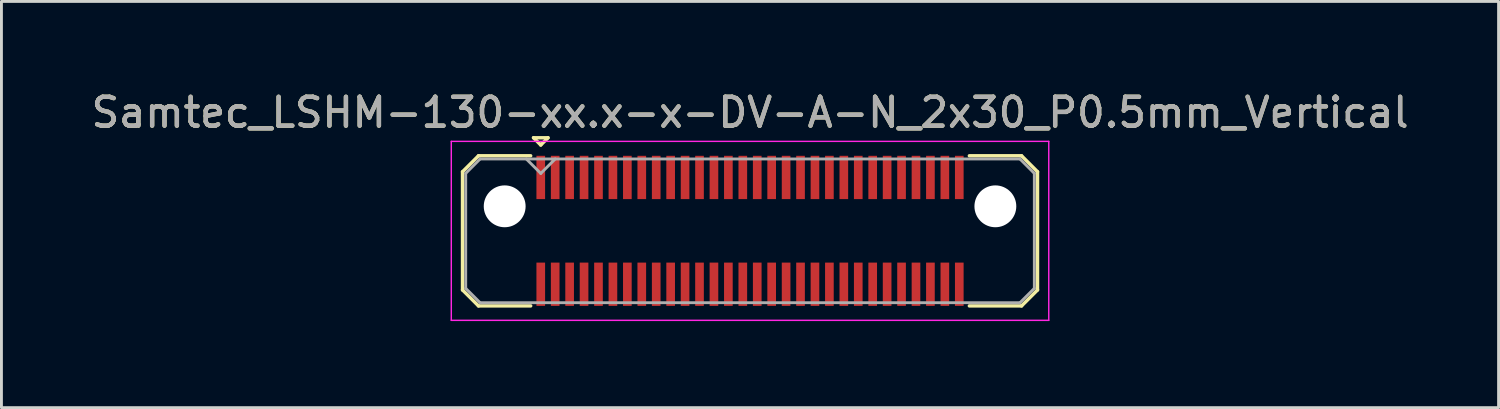
<source format=kicad_pcb>
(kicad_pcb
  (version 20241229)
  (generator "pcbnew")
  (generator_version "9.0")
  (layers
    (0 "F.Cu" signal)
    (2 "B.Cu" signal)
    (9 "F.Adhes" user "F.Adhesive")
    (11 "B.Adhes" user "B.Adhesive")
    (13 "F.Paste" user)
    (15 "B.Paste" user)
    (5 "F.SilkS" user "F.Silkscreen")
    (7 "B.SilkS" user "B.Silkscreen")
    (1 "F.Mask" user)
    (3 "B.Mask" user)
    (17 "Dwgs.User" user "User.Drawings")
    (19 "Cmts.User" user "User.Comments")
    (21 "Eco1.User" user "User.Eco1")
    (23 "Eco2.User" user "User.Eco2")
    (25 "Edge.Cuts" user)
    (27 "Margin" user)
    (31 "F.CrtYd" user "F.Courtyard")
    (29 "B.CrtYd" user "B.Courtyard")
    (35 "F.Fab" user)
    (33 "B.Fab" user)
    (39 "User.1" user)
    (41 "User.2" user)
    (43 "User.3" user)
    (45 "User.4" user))
  (footprint "Samtec_LSHM-130-xx.x-x-DV-A-N_2x30_P0.5mm_Vertical"
    (layer "F.Cu")
    (at 22.935 4.948)
    (property "Reference" "Samtec_LSHM-130-xx.x-x-DV-A-N_2x30_P0.5mm_Vertical" (at 0 -4.1 0) (layer "F.SilkS") (effects (font (size 1 1) (thickness 0.15))))
    (attr smd)
    (fp_line (start -9.96 -2.047) (end -9.96 2.047) (stroke (width 0.12) (type solid)) (layer "F.SilkS"))
    (fp_line (start -9.96 2.047) (end -9.407 2.6) (stroke (width 0.12) (type solid)) (layer "F.SilkS"))
    (fp_line (start -9.407 -2.6) (end -9.96 -2.047) (stroke (width 0.12) (type solid)) (layer "F.SilkS"))
    (fp_line (start -9.407 2.6) (end -7.6 2.6) (stroke (width 0.12) (type solid)) (layer "F.SilkS"))
    (fp_line (start -7.6 -2.6) (end -9.407 -2.6) (stroke (width 0.12) (type solid)) (layer "F.SilkS"))
    (fp_line (start -7.5 -3.225) (end -7 -3.225) (stroke (width 0.12) (type solid)) (layer "F.SilkS"))
    (fp_line (start -7.25 -2.975) (end -7.5 -3.225) (stroke (width 0.12) (type solid)) (layer "F.SilkS"))
    (fp_line (start -7 -3.225) (end -7.25 -2.975) (stroke (width 0.12) (type solid)) (layer "F.SilkS"))
    (fp_line (start 7.6 -2.6) (end 9.407 -2.6) (stroke (width 0.12) (type solid)) (layer "F.SilkS"))
    (fp_line (start 9.407 -2.6) (end 9.96 -2.047) (stroke (width 0.12) (type solid)) (layer "F.SilkS"))
    (fp_line (start 9.407 2.6) (end 7.6 2.6) (stroke (width 0.12) (type solid)) (layer "F.SilkS"))
    (fp_line (start 9.96 -2.047) (end 9.96 2.047) (stroke (width 0.12) (type solid)) (layer "F.SilkS"))
    (fp_line (start 9.96 2.047) (end 9.407 2.6) (stroke (width 0.12) (type solid)) (layer "F.SilkS"))
    (fp_line (start -10.35 -3.1) (end -10.35 3.1) (stroke (width 0.05) (type solid)) (layer "F.CrtYd"))
    (fp_line (start -10.35 3.1) (end 10.35 3.1) (stroke (width 0.05) (type solid)) (layer "F.CrtYd"))
    (fp_line (start 10.35 -3.1) (end -10.35 -3.1) (stroke (width 0.05) (type solid)) (layer "F.CrtYd"))
    (fp_line (start 10.35 3.1) (end 10.35 -3.1) (stroke (width 0.05) (type solid)) (layer "F.CrtYd"))
    (fp_line (start -9.85 -1.992) (end -9.85 1.992) (stroke (width 0.1) (type solid)) (layer "F.Fab"))
    (fp_line (start -9.85 1.992) (end -9.352 2.49) (stroke (width 0.1) (type solid)) (layer "F.Fab"))
    (fp_line (start -9.352 -2.49) (end -9.85 -1.992) (stroke (width 0.1) (type solid)) (layer "F.Fab"))
    (fp_line (start -9.352 2.49) (end 9.352 2.49) (stroke (width 0.1) (type solid)) (layer "F.Fab"))
    (fp_line (start -7.25 -1.99) (end -7.75 -2.49) (stroke (width 0.1) (type solid)) (layer "F.Fab"))
    (fp_line (start -6.75 -2.49) (end -7.25 -1.99) (stroke (width 0.1) (type solid)) (layer "F.Fab"))
    (fp_line (start 9.352 -2.49) (end -9.352 -2.49) (stroke (width 0.1) (type solid)) (layer "F.Fab"))
    (fp_line (start 9.352 2.49) (end 9.85 1.992) (stroke (width 0.1) (type solid)) (layer "F.Fab"))
    (fp_line (start 9.85 -1.992) (end 9.352 -2.49) (stroke (width 0.1) (type solid)) (layer "F.Fab"))
    (fp_line (start 9.85 1.992) (end 9.85 -1.992) (stroke (width 0.1) (type solid)) (layer "F.Fab"))
    (fp_text user "${REFERENCE}" (at 0 -4.1 0) (layer "F.Fab") (effects (font (size 1 1) (thickness 0.15))))
    (pad "" np_thru_hole circle (at -8.5 -0.85) (size 1.45 1.45) (drill 1.45) (layers "*.Cu" "*.Mask"))
    (pad "" np_thru_hole circle (at 8.5 -0.85) (size 1.45 1.45) (drill 1.45) (layers "*.Cu" "*.Mask"))
    (pad "1" smd rect (at -7.25 -1.85) (size 0.3 1.5) (layers "F.Cu" "F.Mask" "F.Paste"))
    (pad "2" smd rect (at -7.25 1.85) (size 0.3 1.5) (layers "F.Cu" "F.Mask" "F.Paste"))
    (pad "3" smd rect (at -6.75 -1.85) (size 0.3 1.5) (layers "F.Cu" "F.Mask" "F.Paste"))
    (pad "4" smd rect (at -6.75 1.85) (size 0.3 1.5) (layers "F.Cu" "F.Mask" "F.Paste"))
    (pad "5" smd rect (at -6.25 -1.85) (size 0.3 1.5) (layers "F.Cu" "F.Mask" "F.Paste"))
    (pad "6" smd rect (at -6.25 1.85) (size 0.3 1.5) (layers "F.Cu" "F.Mask" "F.Paste"))
    (pad "7" smd rect (at -5.75 -1.85) (size 0.3 1.5) (layers "F.Cu" "F.Mask" "F.Paste"))
    (pad "8" smd rect (at -5.75 1.85) (size 0.3 1.5) (layers "F.Cu" "F.Mask" "F.Paste"))
    (pad "9" smd rect (at -5.25 -1.85) (size 0.3 1.5) (layers "F.Cu" "F.Mask" "F.Paste"))
    (pad "10" smd rect (at -5.25 1.85) (size 0.3 1.5) (layers "F.Cu" "F.Mask" "F.Paste"))
    (pad "11" smd rect (at -4.75 -1.85) (size 0.3 1.5) (layers "F.Cu" "F.Mask" "F.Paste"))
    (pad "12" smd rect (at -4.75 1.85) (size 0.3 1.5) (layers "F.Cu" "F.Mask" "F.Paste"))
    (pad "13" smd rect (at -4.25 -1.85) (size 0.3 1.5) (layers "F.Cu" "F.Mask" "F.Paste"))
    (pad "14" smd rect (at -4.25 1.85) (size 0.3 1.5) (layers "F.Cu" "F.Mask" "F.Paste"))
    (pad "15" smd rect (at -3.75 -1.85) (size 0.3 1.5) (layers "F.Cu" "F.Mask" "F.Paste"))
    (pad "16" smd rect (at -3.75 1.85) (size 0.3 1.5) (layers "F.Cu" "F.Mask" "F.Paste"))
    (pad "17" smd rect (at -3.25 -1.85) (size 0.3 1.5) (layers "F.Cu" "F.Mask" "F.Paste"))
    (pad "18" smd rect (at -3.25 1.85) (size 0.3 1.5) (layers "F.Cu" "F.Mask" "F.Paste"))
    (pad "19" smd rect (at -2.75 -1.85) (size 0.3 1.5) (layers "F.Cu" "F.Mask" "F.Paste"))
    (pad "20" smd rect (at -2.75 1.85) (size 0.3 1.5) (layers "F.Cu" "F.Mask" "F.Paste"))
    (pad "21" smd rect (at -2.25 -1.85) (size 0.3 1.5) (layers "F.Cu" "F.Mask" "F.Paste"))
    (pad "22" smd rect (at -2.25 1.85) (size 0.3 1.5) (layers "F.Cu" "F.Mask" "F.Paste"))
    (pad "23" smd rect (at -1.75 -1.85) (size 0.3 1.5) (layers "F.Cu" "F.Mask" "F.Paste"))
    (pad "24" smd rect (at -1.75 1.85) (size 0.3 1.5) (layers "F.Cu" "F.Mask" "F.Paste"))
    (pad "25" smd rect (at -1.25 -1.85) (size 0.3 1.5) (layers "F.Cu" "F.Mask" "F.Paste"))
    (pad "26" smd rect (at -1.25 1.85) (size 0.3 1.5) (layers "F.Cu" "F.Mask" "F.Paste"))
    (pad "27" smd rect (at -0.75 -1.85) (size 0.3 1.5) (layers "F.Cu" "F.Mask" "F.Paste"))
    (pad "28" smd rect (at -0.75 1.85) (size 0.3 1.5) (layers "F.Cu" "F.Mask" "F.Paste"))
    (pad "29" smd rect (at -0.25 -1.85) (size 0.3 1.5) (layers "F.Cu" "F.Mask" "F.Paste"))
    (pad "30" smd rect (at -0.25 1.85) (size 0.3 1.5) (layers "F.Cu" "F.Mask" "F.Paste"))
    (pad "31" smd rect (at 0.25 -1.85) (size 0.3 1.5) (layers "F.Cu" "F.Mask" "F.Paste"))
    (pad "32" smd rect (at 0.25 1.85) (size 0.3 1.5) (layers "F.Cu" "F.Mask" "F.Paste"))
    (pad "33" smd rect (at 0.75 -1.85) (size 0.3 1.5) (layers "F.Cu" "F.Mask" "F.Paste"))
    (pad "34" smd rect (at 0.75 1.85) (size 0.3 1.5) (layers "F.Cu" "F.Mask" "F.Paste"))
    (pad "35" smd rect (at 1.25 -1.85) (size 0.3 1.5) (layers "F.Cu" "F.Mask" "F.Paste"))
    (pad "36" smd rect (at 1.25 1.85) (size 0.3 1.5) (layers "F.Cu" "F.Mask" "F.Paste"))
    (pad "37" smd rect (at 1.75 -1.85) (size 0.3 1.5) (layers "F.Cu" "F.Mask" "F.Paste"))
    (pad "38" smd rect (at 1.75 1.85) (size 0.3 1.5) (layers "F.Cu" "F.Mask" "F.Paste"))
    (pad "39" smd rect (at 2.25 -1.85) (size 0.3 1.5) (layers "F.Cu" "F.Mask" "F.Paste"))
    (pad "40" smd rect (at 2.25 1.85) (size 0.3 1.5) (layers "F.Cu" "F.Mask" "F.Paste"))
    (pad "41" smd rect (at 2.75 -1.85) (size 0.3 1.5) (layers "F.Cu" "F.Mask" "F.Paste"))
    (pad "42" smd rect (at 2.75 1.85) (size 0.3 1.5) (layers "F.Cu" "F.Mask" "F.Paste"))
    (pad "43" smd rect (at 3.25 -1.85) (size 0.3 1.5) (layers "F.Cu" "F.Mask" "F.Paste"))
    (pad "44" smd rect (at 3.25 1.85) (size 0.3 1.5) (layers "F.Cu" "F.Mask" "F.Paste"))
    (pad "45" smd rect (at 3.75 -1.85) (size 0.3 1.5) (layers "F.Cu" "F.Mask" "F.Paste"))
    (pad "46" smd rect (at 3.75 1.85) (size 0.3 1.5) (layers "F.Cu" "F.Mask" "F.Paste"))
    (pad "47" smd rect (at 4.25 -1.85) (size 0.3 1.5) (layers "F.Cu" "F.Mask" "F.Paste"))
    (pad "48" smd rect (at 4.25 1.85) (size 0.3 1.5) (layers "F.Cu" "F.Mask" "F.Paste"))
    (pad "49" smd rect (at 4.75 -1.85) (size 0.3 1.5) (layers "F.Cu" "F.Mask" "F.Paste"))
    (pad "50" smd rect (at 4.75 1.85) (size 0.3 1.5) (layers "F.Cu" "F.Mask" "F.Paste"))
    (pad "51" smd rect (at 5.25 -1.85) (size 0.3 1.5) (layers "F.Cu" "F.Mask" "F.Paste"))
    (pad "52" smd rect (at 5.25 1.85) (size 0.3 1.5) (layers "F.Cu" "F.Mask" "F.Paste"))
    (pad "53" smd rect (at 5.75 -1.85) (size 0.3 1.5) (layers "F.Cu" "F.Mask" "F.Paste"))
    (pad "54" smd rect (at 5.75 1.85) (size 0.3 1.5) (layers "F.Cu" "F.Mask" "F.Paste"))
    (pad "55" smd rect (at 6.25 -1.85) (size 0.3 1.5) (layers "F.Cu" "F.Mask" "F.Paste"))
    (pad "56" smd rect (at 6.25 1.85) (size 0.3 1.5) (layers "F.Cu" "F.Mask" "F.Paste"))
    (pad "57" smd rect (at 6.75 -1.85) (size 0.3 1.5) (layers "F.Cu" "F.Mask" "F.Paste"))
    (pad "58" smd rect (at 6.75 1.85) (size 0.3 1.5) (layers "F.Cu" "F.Mask" "F.Paste"))
    (pad "59" smd rect (at 7.25 -1.85) (size 0.3 1.5) (layers "F.Cu" "F.Mask" "F.Paste"))
    (pad "60" smd rect (at 7.25 1.85) (size 0.3 1.5) (layers "F.Cu" "F.Mask" "F.Paste")))
  (gr_rect
    (start -3 -3)
    (end 48.869 11.073)
    (stroke (width 0.1) (type default))
    (fill no)
    (layer "Edge.Cuts")))
</source>
